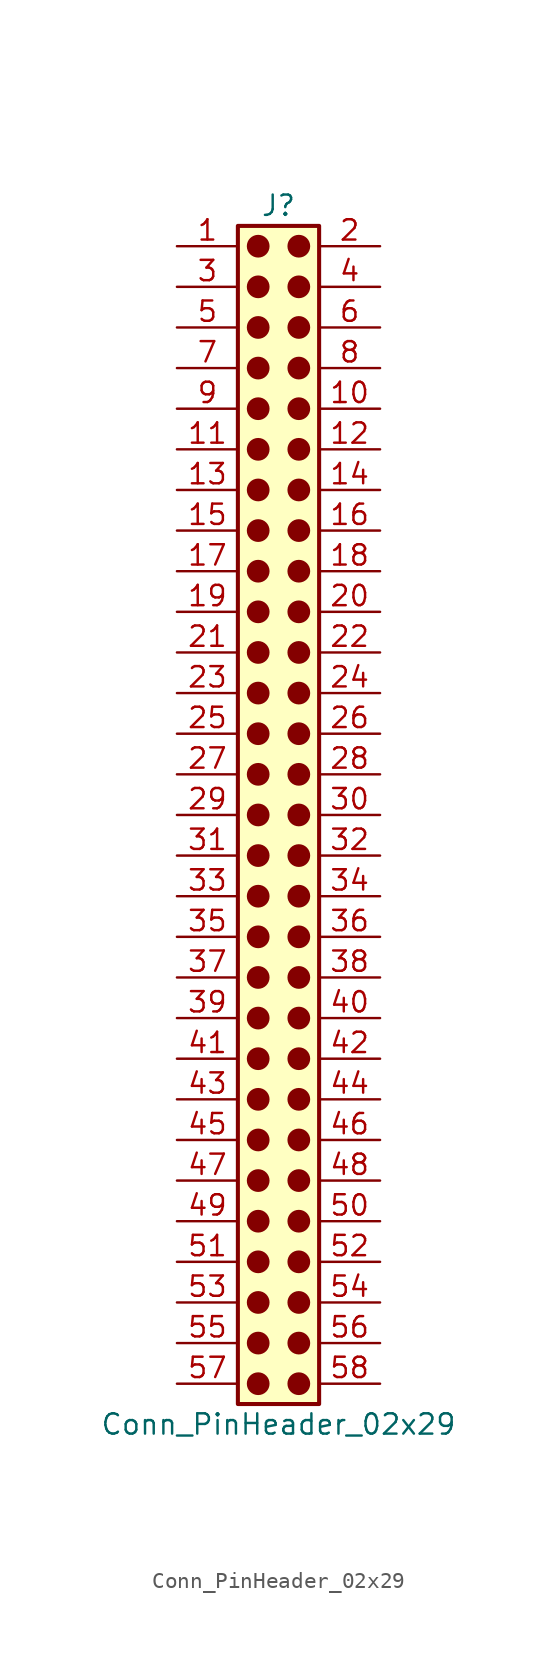
<source format=kicad_sym>
(kicad_symbol_lib
  (version 20241209)
  (generator "kicad_symbol_editor")
  (generator_version "9.0")
  (symbol "Conn_PinHeader_02x29"
    (pin_names
      (offset 1.016)
      (hide yes))
    (property "Reference" "J"
      (at 1.27 38.1 0)
      (effects (font (size 1.27 1.27))))
    (property "Value" "Conn_PinHeader_02x29"
      (at 1.27 -38.1 0)
      (effects (font (size 1.27 1.27))))
    (symbol "Conn_PinHeader_02x29_1_1"
      (rectangle (start -1.27 36.83) (end 3.81 -36.83) (stroke (width 0.254) (type default)) (fill (type background)))
      (circle (center 0 35.56) (radius 0.635) (stroke (width 0) (type solid) (color 132 0 0 1)) (fill (type outline)))
      (circle (center 0 33.02) (radius 0.635) (stroke (width 0) (type solid) (color 132 0 0 1)) (fill (type outline)))
      (circle (center 0 30.48) (radius 0.635) (stroke (width 0) (type solid) (color 132 0 0 1)) (fill (type outline)))
      (circle (center 0 27.94) (radius 0.635) (stroke (width 0) (type solid) (color 132 0 0 1)) (fill (type outline)))
      (circle (center 0 25.4) (radius 0.635) (stroke (width 0) (type solid) (color 132 0 0 1)) (fill (type outline)))
      (circle (center 0 22.86) (radius 0.635) (stroke (width 0) (type solid) (color 132 0 0 1)) (fill (type outline)))
      (circle (center 0 20.32) (radius 0.635) (stroke (width 0) (type solid) (color 132 0 0 1)) (fill (type outline)))
      (circle (center 0 17.78) (radius 0.635) (stroke (width 0) (type solid) (color 132 0 0 1)) (fill (type outline)))
      (circle (center 0 15.24) (radius 0.635) (stroke (width 0) (type solid) (color 132 0 0 1)) (fill (type outline)))
      (circle (center 0 12.7) (radius 0.635) (stroke (width 0) (type solid) (color 132 0 0 1)) (fill (type outline)))
      (circle (center 0 10.16) (radius 0.635) (stroke (width 0) (type solid) (color 132 0 0 1)) (fill (type outline)))
      (circle (center 0 7.62) (radius 0.635) (stroke (width 0) (type solid) (color 132 0 0 1)) (fill (type outline)))
      (circle (center 0 5.08) (radius 0.635) (stroke (width 0) (type solid) (color 132 0 0 1)) (fill (type outline)))
      (circle (center 0 2.54) (radius 0.635) (stroke (width 0) (type solid) (color 132 0 0 1)) (fill (type outline)))
      (circle (center 0 0) (radius 0.635) (stroke (width 0) (type solid) (color 132 0 0 1)) (fill (type outline)))
      (circle (center 0 -2.54) (radius 0.635) (stroke (width 0) (type solid) (color 132 0 0 1)) (fill (type outline)))
      (circle (center 0 -5.08) (radius 0.635) (stroke (width 0) (type solid) (color 132 0 0 1)) (fill (type outline)))
      (circle (center 0 -7.62) (radius 0.635) (stroke (width 0) (type solid) (color 132 0 0 1)) (fill (type outline)))
      (circle (center 0 -10.16) (radius 0.635) (stroke (width 0) (type solid) (color 132 0 0 1)) (fill (type outline)))
      (circle (center 0 -12.7) (radius 0.635) (stroke (width 0) (type solid) (color 132 0 0 1)) (fill (type outline)))
      (circle (center 0 -15.24) (radius 0.635) (stroke (width 0) (type solid) (color 132 0 0 1)) (fill (type outline)))
      (circle (center 0 -17.78) (radius 0.635) (stroke (width 0) (type solid) (color 132 0 0 1)) (fill (type outline)))
      (circle (center 0 -20.32) (radius 0.635) (stroke (width 0) (type solid) (color 132 0 0 1)) (fill (type outline)))
      (circle (center 0 -22.86) (radius 0.635) (stroke (width 0) (type solid) (color 132 0 0 1)) (fill (type outline)))
      (circle (center 0 -25.4) (radius 0.635) (stroke (width 0) (type solid) (color 132 0 0 1)) (fill (type outline)))
      (circle (center 0 -27.94) (radius 0.635) (stroke (width 0) (type solid) (color 132 0 0 1)) (fill (type outline)))
      (circle (center 0 -30.48) (radius 0.635) (stroke (width 0) (type solid) (color 132 0 0 1)) (fill (type outline)))
      (circle (center 0 -33.02) (radius 0.635) (stroke (width 0) (type solid) (color 132 0 0 1)) (fill (type outline)))
      (circle (center 0 -35.56) (radius 0.635) (stroke (width 0) (type solid) (color 132 0 0 1)) (fill (type outline)))
      (circle (center 2.54 35.56) (radius 0.635) (stroke (width 0) (type solid) (color 132 0 0 1)) (fill (type outline)))
      (circle (center 2.54 33.02) (radius 0.635) (stroke (width 0) (type solid) (color 132 0 0 1)) (fill (type outline)))
      (circle (center 2.54 30.48) (radius 0.635) (stroke (width 0) (type solid) (color 132 0 0 1)) (fill (type outline)))
      (circle (center 2.54 27.94) (radius 0.635) (stroke (width 0) (type solid) (color 132 0 0 1)) (fill (type outline)))
      (circle (center 2.54 25.4) (radius 0.635) (stroke (width 0) (type solid) (color 132 0 0 1)) (fill (type outline)))
      (circle (center 2.54 22.86) (radius 0.635) (stroke (width 0) (type solid) (color 132 0 0 1)) (fill (type outline)))
      (circle (center 2.54 20.32) (radius 0.635) (stroke (width 0) (type solid) (color 132 0 0 1)) (fill (type outline)))
      (circle (center 2.54 17.78) (radius 0.635) (stroke (width 0) (type solid) (color 132 0 0 1)) (fill (type outline)))
      (circle (center 2.54 15.24) (radius 0.635) (stroke (width 0) (type solid) (color 132 0 0 1)) (fill (type outline)))
      (circle (center 2.54 12.7) (radius 0.635) (stroke (width 0) (type solid) (color 132 0 0 1)) (fill (type outline)))
      (circle (center 2.54 10.16) (radius 0.635) (stroke (width 0) (type solid) (color 132 0 0 1)) (fill (type outline)))
      (circle (center 2.54 7.62) (radius 0.635) (stroke (width 0) (type solid) (color 132 0 0 1)) (fill (type outline)))
      (circle (center 2.54 5.08) (radius 0.635) (stroke (width 0) (type solid) (color 132 0 0 1)) (fill (type outline)))
      (circle (center 2.54 2.54) (radius 0.635) (stroke (width 0) (type solid) (color 132 0 0 1)) (fill (type outline)))
      (circle (center 2.54 0) (radius 0.635) (stroke (width 0) (type solid) (color 132 0 0 1)) (fill (type outline)))
      (circle (center 2.54 -2.54) (radius 0.635) (stroke (width 0) (type solid) (color 132 0 0 1)) (fill (type outline)))
      (circle (center 2.54 -5.08) (radius 0.635) (stroke (width 0) (type solid) (color 132 0 0 1)) (fill (type outline)))
      (circle (center 2.54 -7.62) (radius 0.635) (stroke (width 0) (type solid) (color 132 0 0 1)) (fill (type outline)))
      (circle (center 2.54 -10.16) (radius 0.635) (stroke (width 0) (type solid) (color 132 0 0 1)) (fill (type outline)))
      (circle (center 2.54 -12.7) (radius 0.635) (stroke (width 0) (type solid) (color 132 0 0 1)) (fill (type outline)))
      (circle (center 2.54 -15.24) (radius 0.635) (stroke (width 0) (type solid) (color 132 0 0 1)) (fill (type outline)))
      (circle (center 2.54 -17.78) (radius 0.635) (stroke (width 0) (type solid) (color 132 0 0 1)) (fill (type outline)))
      (circle (center 2.54 -20.32) (radius 0.635) (stroke (width 0) (type solid) (color 132 0 0 1)) (fill (type outline)))
      (circle (center 2.54 -22.86) (radius 0.635) (stroke (width 0) (type solid) (color 132 0 0 1)) (fill (type outline)))
      (circle (center 2.54 -25.4) (radius 0.635) (stroke (width 0) (type solid) (color 132 0 0 1)) (fill (type outline)))
      (circle (center 2.54 -27.94) (radius 0.635) (stroke (width 0) (type solid) (color 132 0 0 1)) (fill (type outline)))
      (circle (center 2.54 -30.48) (radius 0.635) (stroke (width 0) (type solid) (color 132 0 0 1)) (fill (type outline)))
      (circle (center 2.54 -33.02) (radius 0.635) (stroke (width 0) (type solid) (color 132 0 0 1)) (fill (type outline)))
      (circle (center 2.54 -35.56) (radius 0.635) (stroke (width 0) (type solid) (color 132 0 0 1)) (fill (type outline)))
      (pin passive line (at -5.08 35.56 0) (length 3.81) (name "Pin_1" (effects (font (size 1.27 1.27)))) (number "1" (effects (font (size 1.27 1.27)))))
      (pin passive line (at -5.08 33.02 0) (length 3.81) (name "Pin_3" (effects (font (size 1.27 1.27)))) (number "3" (effects (font (size 1.27 1.27)))))
      (pin passive line (at -5.08 30.48 0) (length 3.81) (name "Pin_5" (effects (font (size 1.27 1.27)))) (number "5" (effects (font (size 1.27 1.27)))))
      (pin passive line (at -5.08 27.94 0) (length 3.81) (name "Pin_7" (effects (font (size 1.27 1.27)))) (number "7" (effects (font (size 1.27 1.27)))))
      (pin passive line (at -5.08 25.4 0) (length 3.81) (name "Pin_9" (effects (font (size 1.27 1.27)))) (number "9" (effects (font (size 1.27 1.27)))))
      (pin passive line (at -5.08 22.86 0) (length 3.81) (name "Pin_11" (effects (font (size 1.27 1.27)))) (number "11" (effects (font (size 1.27 1.27)))))
      (pin passive line (at -5.08 20.32 0) (length 3.81) (name "Pin_13" (effects (font (size 1.27 1.27)))) (number "13" (effects (font (size 1.27 1.27)))))
      (pin passive line (at -5.08 17.78 0) (length 3.81) (name "Pin_15" (effects (font (size 1.27 1.27)))) (number "15" (effects (font (size 1.27 1.27)))))
      (pin passive line (at -5.08 15.24 0) (length 3.81) (name "Pin_17" (effects (font (size 1.27 1.27)))) (number "17" (effects (font (size 1.27 1.27)))))
      (pin passive line (at -5.08 12.7 0) (length 3.81) (name "Pin_19" (effects (font (size 1.27 1.27)))) (number "19" (effects (font (size 1.27 1.27)))))
      (pin passive line (at -5.08 10.16 0) (length 3.81) (name "Pin_21" (effects (font (size 1.27 1.27)))) (number "21" (effects (font (size 1.27 1.27)))))
      (pin passive line (at -5.08 7.62 0) (length 3.81) (name "Pin_23" (effects (font (size 1.27 1.27)))) (number "23" (effects (font (size 1.27 1.27)))))
      (pin passive line (at -5.08 5.08 0) (length 3.81) (name "Pin_25" (effects (font (size 1.27 1.27)))) (number "25" (effects (font (size 1.27 1.27)))))
      (pin passive line (at -5.08 2.54 0) (length 3.81) (name "Pin_27" (effects (font (size 1.27 1.27)))) (number "27" (effects (font (size 1.27 1.27)))))
      (pin passive line (at -5.08 0 0) (length 3.81) (name "Pin_29" (effects (font (size 1.27 1.27)))) (number "29" (effects (font (size 1.27 1.27)))))
      (pin passive line (at -5.08 -2.54 0) (length 3.81) (name "Pin_31" (effects (font (size 1.27 1.27)))) (number "31" (effects (font (size 1.27 1.27)))))
      (pin passive line (at -5.08 -5.08 0) (length 3.81) (name "Pin_33" (effects (font (size 1.27 1.27)))) (number "33" (effects (font (size 1.27 1.27)))))
      (pin passive line (at -5.08 -7.62 0) (length 3.81) (name "Pin_35" (effects (font (size 1.27 1.27)))) (number "35" (effects (font (size 1.27 1.27)))))
      (pin passive line (at -5.08 -10.16 0) (length 3.81) (name "Pin_37" (effects (font (size 1.27 1.27)))) (number "37" (effects (font (size 1.27 1.27)))))
      (pin passive line (at -5.08 -12.7 0) (length 3.81) (name "Pin_39" (effects (font (size 1.27 1.27)))) (number "39" (effects (font (size 1.27 1.27)))))
      (pin passive line (at -5.08 -15.24 0) (length 3.81) (name "Pin_41" (effects (font (size 1.27 1.27)))) (number "41" (effects (font (size 1.27 1.27)))))
      (pin passive line (at -5.08 -17.78 0) (length 3.81) (name "Pin_43" (effects (font (size 1.27 1.27)))) (number "43" (effects (font (size 1.27 1.27)))))
      (pin passive line (at -5.08 -20.32 0) (length 3.81) (name "Pin_45" (effects (font (size 1.27 1.27)))) (number "45" (effects (font (size 1.27 1.27)))))
      (pin passive line (at -5.08 -22.86 0) (length 3.81) (name "Pin_47" (effects (font (size 1.27 1.27)))) (number "47" (effects (font (size 1.27 1.27)))))
      (pin passive line (at -5.08 -25.4 0) (length 3.81) (name "Pin_49" (effects (font (size 1.27 1.27)))) (number "49" (effects (font (size 1.27 1.27)))))
      (pin passive line (at -5.08 -27.94 0) (length 3.81) (name "Pin_51" (effects (font (size 1.27 1.27)))) (number "51" (effects (font (size 1.27 1.27)))))
      (pin passive line (at -5.08 -30.48 0) (length 3.81) (name "Pin_53" (effects (font (size 1.27 1.27)))) (number "53" (effects (font (size 1.27 1.27)))))
      (pin passive line (at -5.08 -33.02 0) (length 3.81) (name "Pin_55" (effects (font (size 1.27 1.27)))) (number "55" (effects (font (size 1.27 1.27)))))
      (pin passive line (at -5.08 -35.56 0) (length 3.81) (name "Pin_57" (effects (font (size 1.27 1.27)))) (number "57" (effects (font (size 1.27 1.27)))))
      (pin passive line (at 7.62 35.56 180) (length 3.81) (name "Pin_2" (effects (font (size 1.27 1.27)))) (number "2" (effects (font (size 1.27 1.27)))))
      (pin passive line (at 7.62 33.02 180) (length 3.81) (name "Pin_4" (effects (font (size 1.27 1.27)))) (number "4" (effects (font (size 1.27 1.27)))))
      (pin passive line (at 7.62 30.48 180) (length 3.81) (name "Pin_6" (effects (font (size 1.27 1.27)))) (number "6" (effects (font (size 1.27 1.27)))))
      (pin passive line (at 7.62 27.94 180) (length 3.81) (name "Pin_8" (effects (font (size 1.27 1.27)))) (number "8" (effects (font (size 1.27 1.27)))))
      (pin passive line (at 7.62 25.4 180) (length 3.81) (name "Pin_10" (effects (font (size 1.27 1.27)))) (number "10" (effects (font (size 1.27 1.27)))))
      (pin passive line (at 7.62 22.86 180) (length 3.81) (name "Pin_12" (effects (font (size 1.27 1.27)))) (number "12" (effects (font (size 1.27 1.27)))))
      (pin passive line (at 7.62 20.32 180) (length 3.81) (name "Pin_14" (effects (font (size 1.27 1.27)))) (number "14" (effects (font (size 1.27 1.27)))))
      (pin passive line (at 7.62 17.78 180) (length 3.81) (name "Pin_16" (effects (font (size 1.27 1.27)))) (number "16" (effects (font (size 1.27 1.27)))))
      (pin passive line (at 7.62 15.24 180) (length 3.81) (name "Pin_18" (effects (font (size 1.27 1.27)))) (number "18" (effects (font (size 1.27 1.27)))))
      (pin passive line (at 7.62 12.7 180) (length 3.81) (name "Pin_20" (effects (font (size 1.27 1.27)))) (number "20" (effects (font (size 1.27 1.27)))))
      (pin passive line (at 7.62 10.16 180) (length 3.81) (name "Pin_22" (effects (font (size 1.27 1.27)))) (number "22" (effects (font (size 1.27 1.27)))))
      (pin passive line (at 7.62 7.62 180) (length 3.81) (name "Pin_24" (effects (font (size 1.27 1.27)))) (number "24" (effects (font (size 1.27 1.27)))))
      (pin passive line (at 7.62 5.08 180) (length 3.81) (name "Pin_26" (effects (font (size 1.27 1.27)))) (number "26" (effects (font (size 1.27 1.27)))))
      (pin passive line (at 7.62 2.54 180) (length 3.81) (name "Pin_28" (effects (font (size 1.27 1.27)))) (number "28" (effects (font (size 1.27 1.27)))))
      (pin passive line (at 7.62 0 180) (length 3.81) (name "Pin_30" (effects (font (size 1.27 1.27)))) (number "30" (effects (font (size 1.27 1.27)))))
      (pin passive line (at 7.62 -2.54 180) (length 3.81) (name "Pin_32" (effects (font (size 1.27 1.27)))) (number "32" (effects (font (size 1.27 1.27)))))
      (pin passive line (at 7.62 -5.08 180) (length 3.81) (name "Pin_34" (effects (font (size 1.27 1.27)))) (number "34" (effects (font (size 1.27 1.27)))))
      (pin passive line (at 7.62 -7.62 180) (length 3.81) (name "Pin_36" (effects (font (size 1.27 1.27)))) (number "36" (effects (font (size 1.27 1.27)))))
      (pin passive line (at 7.62 -10.16 180) (length 3.81) (name "Pin_38" (effects (font (size 1.27 1.27)))) (number "38" (effects (font (size 1.27 1.27)))))
      (pin passive line (at 7.62 -12.7 180) (length 3.81) (name "Pin_40" (effects (font (size 1.27 1.27)))) (number "40" (effects (font (size 1.27 1.27)))))
      (pin passive line (at 7.62 -15.24 180) (length 3.81) (name "Pin_42" (effects (font (size 1.27 1.27)))) (number "42" (effects (font (size 1.27 1.27)))))
      (pin passive line (at 7.62 -17.78 180) (length 3.81) (name "Pin_44" (effects (font (size 1.27 1.27)))) (number "44" (effects (font (size 1.27 1.27)))))
      (pin passive line (at 7.62 -20.32 180) (length 3.81) (name "Pin_46" (effects (font (size 1.27 1.27)))) (number "46" (effects (font (size 1.27 1.27)))))
      (pin passive line (at 7.62 -22.86 180) (length 3.81) (name "Pin_48" (effects (font (size 1.27 1.27)))) (number "48" (effects (font (size 1.27 1.27)))))
      (pin passive line (at 7.62 -25.4 180) (length 3.81) (name "Pin_50" (effects (font (size 1.27 1.27)))) (number "50" (effects (font (size 1.27 1.27)))))
      (pin passive line (at 7.62 -27.94 180) (length 3.81) (name "Pin_52" (effects (font (size 1.27 1.27)))) (number "52" (effects (font (size 1.27 1.27)))))
      (pin passive line (at 7.62 -30.48 180) (length 3.81) (name "Pin_54" (effects (font (size 1.27 1.27)))) (number "54" (effects (font (size 1.27 1.27)))))
      (pin passive line (at 7.62 -33.02 180) (length 3.81) (name "Pin_56" (effects (font (size 1.27 1.27)))) (number "56" (effects (font (size 1.27 1.27)))))
      (pin passive line (at 7.62 -35.56 180) (length 3.81) (name "Pin_58" (effects (font (size 1.27 1.27)))) (number "58" (effects (font (size 1.27 1.27))))))))
</source>
